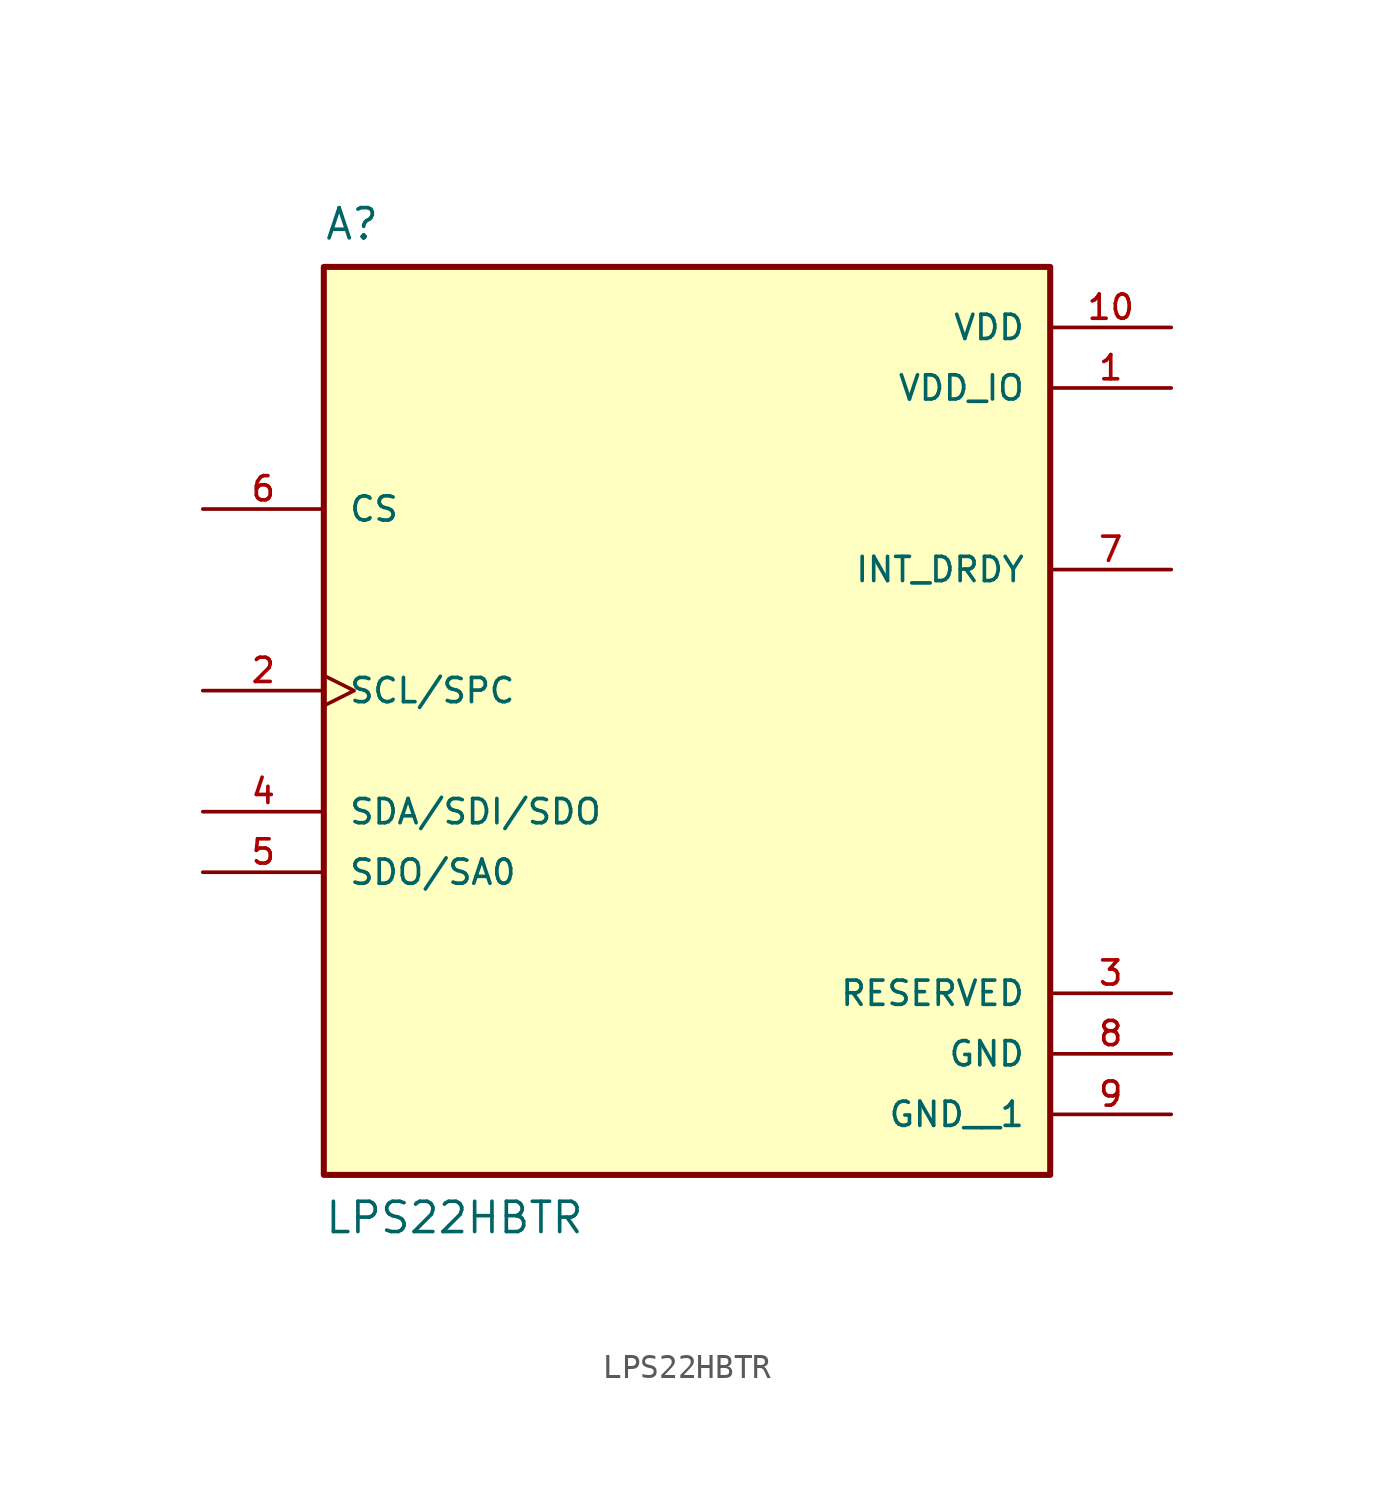
<source format=kicad_sym>
(kicad_symbol_lib
  (version 20231120)
  (generator "kicad_symbol_editor")
  (generator_version "8.0")
  (symbol "LPS22HBTR"
    (pin_names
      (offset 1.016))
    (property "Reference" "A"
      (at -15.24 20.32 0)
      (effects (font (size 1.27 1.27)) (justify left top)))
    (property "Value" "LPS22HBTR"
      (at -15.24 -22.86 0)
      (effects (font (size 1.27 1.27)) (justify left bottom)))
    (symbol "LPS22HBTR_0_0"
      (rectangle (start -15.24 -20.32) (end 15.24 17.78) (stroke (width 0.254) (type default)) (fill (type background)))
      (pin power_in line (at 20.32 12.7 180) (length 5.08) (name "VDD_IO" (effects (font (size 1.016 1.016)))) (number "1" (effects (font (size 1.016 1.016)))))
      (pin power_in line (at 20.32 15.24 180) (length 5.08) (name "VDD" (effects (font (size 1.016 1.016)))) (number "10" (effects (font (size 1.016 1.016)))))
      (pin input clock (at -20.32 0 0) (length 5.08) (name "SCL/SPC" (effects (font (size 1.016 1.016)))) (number "2" (effects (font (size 1.016 1.016)))))
      (pin passive line (at 20.32 -12.7 180) (length 5.08) (name "RESERVED" (effects (font (size 1.016 1.016)))) (number "3" (effects (font (size 1.016 1.016)))))
      (pin bidirectional line (at -20.32 -5.08 0) (length 5.08) (name "SDA/SDI/SDO" (effects (font (size 1.016 1.016)))) (number "4" (effects (font (size 1.016 1.016)))))
      (pin bidirectional line (at -20.32 -7.62 0) (length 5.08) (name "SDO/SA0" (effects (font (size 1.016 1.016)))) (number "5" (effects (font (size 1.016 1.016)))))
      (pin input line (at -20.32 7.62 0) (length 5.08) (name "CS" (effects (font (size 1.016 1.016)))) (number "6" (effects (font (size 1.016 1.016)))))
      (pin output line (at 20.32 5.08 180) (length 5.08) (name "INT_DRDY" (effects (font (size 1.016 1.016)))) (number "7" (effects (font (size 1.016 1.016)))))
      (pin power_in line (at 20.32 -15.24 180) (length 5.08) (name "GND" (effects (font (size 1.016 1.016)))) (number "8" (effects (font (size 1.016 1.016)))))
      (pin power_in line (at 20.32 -17.78 180) (length 5.08) (name "GND__1" (effects (font (size 1.016 1.016)))) (number "9" (effects (font (size 1.016 1.016))))))))
</source>
